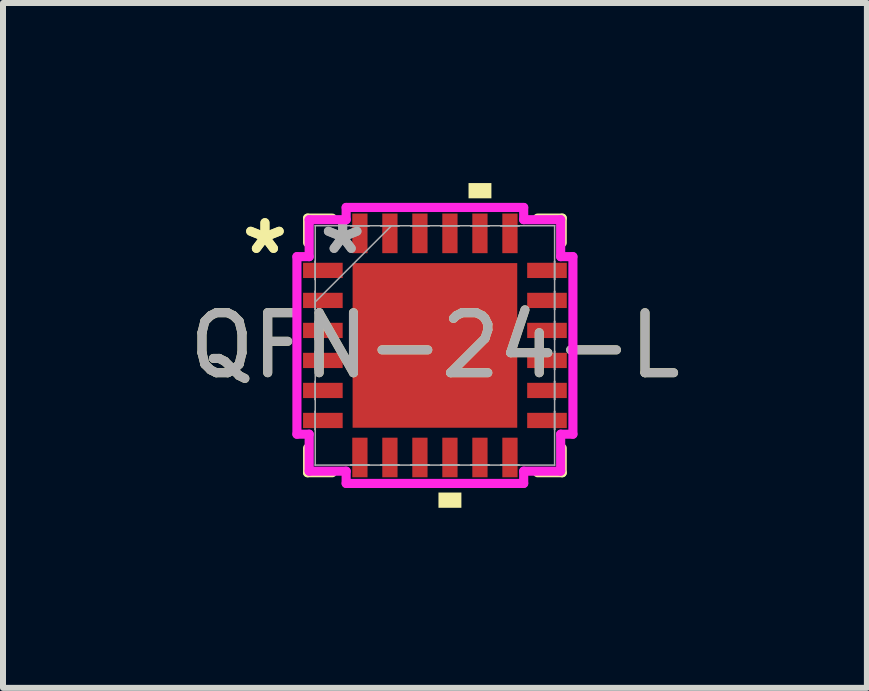
<source format=kicad_pcb>
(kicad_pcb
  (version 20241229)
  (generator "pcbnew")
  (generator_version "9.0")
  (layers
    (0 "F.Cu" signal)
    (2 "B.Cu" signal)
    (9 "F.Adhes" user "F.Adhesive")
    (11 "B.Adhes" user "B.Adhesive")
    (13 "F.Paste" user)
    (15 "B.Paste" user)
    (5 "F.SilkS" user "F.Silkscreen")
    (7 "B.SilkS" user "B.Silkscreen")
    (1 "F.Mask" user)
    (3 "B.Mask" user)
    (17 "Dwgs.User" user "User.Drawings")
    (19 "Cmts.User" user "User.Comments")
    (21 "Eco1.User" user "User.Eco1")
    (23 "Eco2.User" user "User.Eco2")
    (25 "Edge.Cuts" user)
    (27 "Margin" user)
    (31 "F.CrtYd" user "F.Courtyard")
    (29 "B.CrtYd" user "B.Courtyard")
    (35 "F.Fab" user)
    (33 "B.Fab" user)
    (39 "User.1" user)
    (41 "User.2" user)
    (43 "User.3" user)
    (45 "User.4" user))
  (footprint "QFN-24-L"
    (layer "F.Cu")
    (at 4.196 2.705)
    (property "Reference" "QFN-24-L" (at 0 0 0) (unlocked yes) (layer "F.SilkS") (effects (font (size 1 1) (thickness 0.15))))
    (attr smd)
    (fp_line (start -2.121 -2.121) (end -2.121 -1.71) (stroke (width 0.152) (type solid)) (layer "F.SilkS"))
    (fp_line (start -2.121 1.71) (end -2.121 2.121) (stroke (width 0.152) (type solid)) (layer "F.SilkS"))
    (fp_line (start -2.121 2.121) (end -1.71 2.121) (stroke (width 0.152) (type solid)) (layer "F.SilkS"))
    (fp_line (start -1.71 -2.121) (end -2.121 -2.121) (stroke (width 0.152) (type solid)) (layer "F.SilkS"))
    (fp_line (start 1.71 2.121) (end 2.121 2.121) (stroke (width 0.152) (type solid)) (layer "F.SilkS"))
    (fp_line (start 2.121 -2.121) (end 1.71 -2.121) (stroke (width 0.152) (type solid)) (layer "F.SilkS"))
    (fp_line (start 2.121 -1.71) (end 2.121 -2.121) (stroke (width 0.152) (type solid)) (layer "F.SilkS"))
    (fp_line (start 2.121 2.121) (end 2.121 1.71) (stroke (width 0.152) (type solid)) (layer "F.SilkS"))
    (fp_poly (pts (xy 0.059 2.451) (xy 0.059 2.705) (xy 0.441 2.705) (xy 0.441 2.451)) (stroke (width 0) (type solid)) (fill yes) (layer "F.SilkS"))
    (fp_poly (pts (xy 0.56 -2.451) (xy 0.56 -2.705) (xy 0.941 -2.705) (xy 0.941 -2.451)) (stroke (width 0) (type solid)) (fill yes) (layer "F.SilkS"))
    (fp_poly (pts (xy -1.272 -1.272) (xy -1.272 -0.1) (xy -0.1 -0.1) (xy -0.1 -1.272)) (stroke (width 0) (type solid)) (fill yes) (layer "F.Paste"))
    (fp_poly (pts (xy -1.272 0.1) (xy -1.272 1.272) (xy -0.1 1.272) (xy -0.1 0.1)) (stroke (width 0) (type solid)) (fill yes) (layer "F.Paste"))
    (fp_poly (pts (xy 0.1 -1.272) (xy 0.1 -0.1) (xy 1.272 -0.1) (xy 1.272 -1.272)) (stroke (width 0) (type solid)) (fill yes) (layer "F.Paste"))
    (fp_poly (pts (xy 0.1 0.1) (xy 0.1 1.272) (xy 1.272 1.272) (xy 1.272 0.1)) (stroke (width 0) (type solid)) (fill yes) (layer "F.Paste"))
    (fp_line (start -2.299 -1.479) (end -2.095 -1.479) (stroke (width 0.152) (type solid)) (layer "F.CrtYd"))
    (fp_line (start -2.299 1.479) (end -2.299 -1.479) (stroke (width 0.152) (type solid)) (layer "F.CrtYd"))
    (fp_line (start -2.095 -2.095) (end -1.479 -2.095) (stroke (width 0.152) (type solid)) (layer "F.CrtYd"))
    (fp_line (start -2.095 -1.479) (end -2.095 -2.095) (stroke (width 0.152) (type solid)) (layer "F.CrtYd"))
    (fp_line (start -2.095 1.479) (end -2.299 1.479) (stroke (width 0.152) (type solid)) (layer "F.CrtYd"))
    (fp_line (start -2.095 2.095) (end -2.095 1.479) (stroke (width 0.152) (type solid)) (layer "F.CrtYd"))
    (fp_line (start -1.479 -2.299) (end 1.479 -2.299) (stroke (width 0.152) (type solid)) (layer "F.CrtYd"))
    (fp_line (start -1.479 -2.095) (end -1.479 -2.299) (stroke (width 0.152) (type solid)) (layer "F.CrtYd"))
    (fp_line (start -1.479 2.095) (end -2.095 2.095) (stroke (width 0.152) (type solid)) (layer "F.CrtYd"))
    (fp_line (start -1.479 2.299) (end -1.479 2.095) (stroke (width 0.152) (type solid)) (layer "F.CrtYd"))
    (fp_line (start 1.479 -2.299) (end 1.479 -2.095) (stroke (width 0.152) (type solid)) (layer "F.CrtYd"))
    (fp_line (start 1.479 -2.095) (end 2.095 -2.095) (stroke (width 0.152) (type solid)) (layer "F.CrtYd"))
    (fp_line (start 1.479 2.095) (end 1.479 2.299) (stroke (width 0.152) (type solid)) (layer "F.CrtYd"))
    (fp_line (start 1.479 2.299) (end -1.479 2.299) (stroke (width 0.152) (type solid)) (layer "F.CrtYd"))
    (fp_line (start 2.095 -2.095) (end 2.095 -1.479) (stroke (width 0.152) (type solid)) (layer "F.CrtYd"))
    (fp_line (start 2.095 -1.479) (end 2.299 -1.479) (stroke (width 0.152) (type solid)) (layer "F.CrtYd"))
    (fp_line (start 2.095 1.479) (end 2.095 2.095) (stroke (width 0.152) (type solid)) (layer "F.CrtYd"))
    (fp_line (start 2.095 2.095) (end 1.479 2.095) (stroke (width 0.152) (type solid)) (layer "F.CrtYd"))
    (fp_line (start 2.299 -1.479) (end 2.299 1.479) (stroke (width 0.152) (type solid)) (layer "F.CrtYd"))
    (fp_line (start 2.299 1.479) (end 2.095 1.479) (stroke (width 0.152) (type solid)) (layer "F.CrtYd"))
    (fp_line (start -1.994 -1.994) (end -1.994 -1.994) (stroke (width 0.025) (type solid)) (layer "F.Fab"))
    (fp_line (start -1.994 -1.994) (end -1.994 1.994) (stroke (width 0.025) (type solid)) (layer "F.Fab"))
    (fp_line (start -1.994 -1.402) (end -1.994 -1.402) (stroke (width 0.025) (type solid)) (layer "F.Fab"))
    (fp_line (start -1.994 -1.402) (end -1.994 -1.098) (stroke (width 0.025) (type solid)) (layer "F.Fab"))
    (fp_line (start -1.994 -1.098) (end -1.994 -1.402) (stroke (width 0.025) (type solid)) (layer "F.Fab"))
    (fp_line (start -1.994 -1.098) (end -1.994 -1.098) (stroke (width 0.025) (type solid)) (layer "F.Fab"))
    (fp_line (start -1.994 -0.902) (end -1.994 -0.902) (stroke (width 0.025) (type solid)) (layer "F.Fab"))
    (fp_line (start -1.994 -0.902) (end -1.994 -0.598) (stroke (width 0.025) (type solid)) (layer "F.Fab"))
    (fp_line (start -1.994 -0.724) (end -0.724 -1.994) (stroke (width 0.025) (type solid)) (layer "F.Fab"))
    (fp_line (start -1.994 -0.598) (end -1.994 -0.902) (stroke (width 0.025) (type solid)) (layer "F.Fab"))
    (fp_line (start -1.994 -0.598) (end -1.994 -0.598) (stroke (width 0.025) (type solid)) (layer "F.Fab"))
    (fp_line (start -1.994 -0.402) (end -1.994 -0.402) (stroke (width 0.025) (type solid)) (layer "F.Fab"))
    (fp_line (start -1.994 -0.402) (end -1.994 -0.098) (stroke (width 0.025) (type solid)) (layer "F.Fab"))
    (fp_line (start -1.994 -0.098) (end -1.994 -0.402) (stroke (width 0.025) (type solid)) (layer "F.Fab"))
    (fp_line (start -1.994 -0.098) (end -1.994 -0.098) (stroke (width 0.025) (type solid)) (layer "F.Fab"))
    (fp_line (start -1.994 0.098) (end -1.994 0.098) (stroke (width 0.025) (type solid)) (layer "F.Fab"))
    (fp_line (start -1.994 0.098) (end -1.994 0.402) (stroke (width 0.025) (type solid)) (layer "F.Fab"))
    (fp_line (start -1.994 0.402) (end -1.994 0.098) (stroke (width 0.025) (type solid)) (layer "F.Fab"))
    (fp_line (start -1.994 0.402) (end -1.994 0.402) (stroke (width 0.025) (type solid)) (layer "F.Fab"))
    (fp_line (start -1.994 0.598) (end -1.994 0.598) (stroke (width 0.025) (type solid)) (layer "F.Fab"))
    (fp_line (start -1.994 0.598) (end -1.994 0.902) (stroke (width 0.025) (type solid)) (layer "F.Fab"))
    (fp_line (start -1.994 0.902) (end -1.994 0.598) (stroke (width 0.025) (type solid)) (layer "F.Fab"))
    (fp_line (start -1.994 0.902) (end -1.994 0.902) (stroke (width 0.025) (type solid)) (layer "F.Fab"))
    (fp_line (start -1.994 1.098) (end -1.994 1.098) (stroke (width 0.025) (type solid)) (layer "F.Fab"))
    (fp_line (start -1.994 1.098) (end -1.994 1.402) (stroke (width 0.025) (type solid)) (layer "F.Fab"))
    (fp_line (start -1.994 1.402) (end -1.994 1.098) (stroke (width 0.025) (type solid)) (layer "F.Fab"))
    (fp_line (start -1.994 1.402) (end -1.994 1.402) (stroke (width 0.025) (type solid)) (layer "F.Fab"))
    (fp_line (start -1.994 1.994) (end -1.994 1.994) (stroke (width 0.025) (type solid)) (layer "F.Fab"))
    (fp_line (start -1.994 1.994) (end 1.994 1.994) (stroke (width 0.025) (type solid)) (layer "F.Fab"))
    (fp_line (start -1.402 -1.994) (end -1.402 -1.994) (stroke (width 0.025) (type solid)) (layer "F.Fab"))
    (fp_line (start -1.402 -1.994) (end -1.098 -1.994) (stroke (width 0.025) (type solid)) (layer "F.Fab"))
    (fp_line (start -1.402 1.994) (end -1.402 1.994) (stroke (width 0.025) (type solid)) (layer "F.Fab"))
    (fp_line (start -1.402 1.994) (end -1.098 1.994) (stroke (width 0.025) (type solid)) (layer "F.Fab"))
    (fp_line (start -1.098 -1.994) (end -1.402 -1.994) (stroke (width 0.025) (type solid)) (layer "F.Fab"))
    (fp_line (start -1.098 -1.994) (end -1.098 -1.994) (stroke (width 0.025) (type solid)) (layer "F.Fab"))
    (fp_line (start -1.098 1.994) (end -1.402 1.994) (stroke (width 0.025) (type solid)) (layer "F.Fab"))
    (fp_line (start -1.098 1.994) (end -1.098 1.994) (stroke (width 0.025) (type solid)) (layer "F.Fab"))
    (fp_line (start -0.902 -1.994) (end -0.902 -1.994) (stroke (width 0.025) (type solid)) (layer "F.Fab"))
    (fp_line (start -0.902 -1.994) (end -0.598 -1.994) (stroke (width 0.025) (type solid)) (layer "F.Fab"))
    (fp_line (start -0.902 1.994) (end -0.902 1.994) (stroke (width 0.025) (type solid)) (layer "F.Fab"))
    (fp_line (start -0.902 1.994) (end -0.598 1.994) (stroke (width 0.025) (type solid)) (layer "F.Fab"))
    (fp_line (start -0.598 -1.994) (end -0.902 -1.994) (stroke (width 0.025) (type solid)) (layer "F.Fab"))
    (fp_line (start -0.598 -1.994) (end -0.598 -1.994) (stroke (width 0.025) (type solid)) (layer "F.Fab"))
    (fp_line (start -0.598 1.994) (end -0.902 1.994) (stroke (width 0.025) (type solid)) (layer "F.Fab"))
    (fp_line (start -0.598 1.994) (end -0.598 1.994) (stroke (width 0.025) (type solid)) (layer "F.Fab"))
    (fp_line (start -0.402 -1.994) (end -0.402 -1.994) (stroke (width 0.025) (type solid)) (layer "F.Fab"))
    (fp_line (start -0.402 -1.994) (end -0.098 -1.994) (stroke (width 0.025) (type solid)) (layer "F.Fab"))
    (fp_line (start -0.402 1.994) (end -0.402 1.994) (stroke (width 0.025) (type solid)) (layer "F.Fab"))
    (fp_line (start -0.402 1.994) (end -0.098 1.994) (stroke (width 0.025) (type solid)) (layer "F.Fab"))
    (fp_line (start -0.098 -1.994) (end -0.402 -1.994) (stroke (width 0.025) (type solid)) (layer "F.Fab"))
    (fp_line (start -0.098 -1.994) (end -0.098 -1.994) (stroke (width 0.025) (type solid)) (layer "F.Fab"))
    (fp_line (start -0.098 1.994) (end -0.402 1.994) (stroke (width 0.025) (type solid)) (layer "F.Fab"))
    (fp_line (start -0.098 1.994) (end -0.098 1.994) (stroke (width 0.025) (type solid)) (layer "F.Fab"))
    (fp_line (start 0.098 -1.994) (end 0.098 -1.994) (stroke (width 0.025) (type solid)) (layer "F.Fab"))
    (fp_line (start 0.098 -1.994) (end 0.402 -1.994) (stroke (width 0.025) (type solid)) (layer "F.Fab"))
    (fp_line (start 0.098 1.994) (end 0.098 1.994) (stroke (width 0.025) (type solid)) (layer "F.Fab"))
    (fp_line (start 0.098 1.994) (end 0.402 1.994) (stroke (width 0.025) (type solid)) (layer "F.Fab"))
    (fp_line (start 0.402 -1.994) (end 0.098 -1.994) (stroke (width 0.025) (type solid)) (layer "F.Fab"))
    (fp_line (start 0.402 -1.994) (end 0.402 -1.994) (stroke (width 0.025) (type solid)) (layer "F.Fab"))
    (fp_line (start 0.402 1.994) (end 0.098 1.994) (stroke (width 0.025) (type solid)) (layer "F.Fab"))
    (fp_line (start 0.402 1.994) (end 0.402 1.994) (stroke (width 0.025) (type solid)) (layer "F.Fab"))
    (fp_line (start 0.598 -1.994) (end 0.598 -1.994) (stroke (width 0.025) (type solid)) (layer "F.Fab"))
    (fp_line (start 0.598 -1.994) (end 0.902 -1.994) (stroke (width 0.025) (type solid)) (layer "F.Fab"))
    (fp_line (start 0.598 1.994) (end 0.598 1.994) (stroke (width 0.025) (type solid)) (layer "F.Fab"))
    (fp_line (start 0.598 1.994) (end 0.902 1.994) (stroke (width 0.025) (type solid)) (layer "F.Fab"))
    (fp_line (start 0.902 -1.994) (end 0.598 -1.994) (stroke (width 0.025) (type solid)) (layer "F.Fab"))
    (fp_line (start 0.902 -1.994) (end 0.902 -1.994) (stroke (width 0.025) (type solid)) (layer "F.Fab"))
    (fp_line (start 0.902 1.994) (end 0.598 1.994) (stroke (width 0.025) (type solid)) (layer "F.Fab"))
    (fp_line (start 0.902 1.994) (end 0.902 1.994) (stroke (width 0.025) (type solid)) (layer "F.Fab"))
    (fp_line (start 1.098 -1.994) (end 1.098 -1.994) (stroke (width 0.025) (type solid)) (layer "F.Fab"))
    (fp_line (start 1.098 -1.994) (end 1.402 -1.994) (stroke (width 0.025) (type solid)) (layer "F.Fab"))
    (fp_line (start 1.098 1.994) (end 1.098 1.994) (stroke (width 0.025) (type solid)) (layer "F.Fab"))
    (fp_line (start 1.098 1.994) (end 1.402 1.994) (stroke (width 0.025) (type solid)) (layer "F.Fab"))
    (fp_line (start 1.402 -1.994) (end 1.098 -1.994) (stroke (width 0.025) (type solid)) (layer "F.Fab"))
    (fp_line (start 1.402 -1.994) (end 1.402 -1.994) (stroke (width 0.025) (type solid)) (layer "F.Fab"))
    (fp_line (start 1.402 1.994) (end 1.098 1.994) (stroke (width 0.025) (type solid)) (layer "F.Fab"))
    (fp_line (start 1.402 1.994) (end 1.402 1.994) (stroke (width 0.025) (type solid)) (layer "F.Fab"))
    (fp_line (start 1.994 -1.994) (end -1.994 -1.994) (stroke (width 0.025) (type solid)) (layer "F.Fab"))
    (fp_line (start 1.994 -1.994) (end 1.994 -1.994) (stroke (width 0.025) (type solid)) (layer "F.Fab"))
    (fp_line (start 1.994 -1.402) (end 1.994 -1.402) (stroke (width 0.025) (type solid)) (layer "F.Fab"))
    (fp_line (start 1.994 -1.402) (end 1.994 -1.098) (stroke (width 0.025) (type solid)) (layer "F.Fab"))
    (fp_line (start 1.994 -1.098) (end 1.994 -1.402) (stroke (width 0.025) (type solid)) (layer "F.Fab"))
    (fp_line (start 1.994 -1.098) (end 1.994 -1.098) (stroke (width 0.025) (type solid)) (layer "F.Fab"))
    (fp_line (start 1.994 -0.902) (end 1.994 -0.902) (stroke (width 0.025) (type solid)) (layer "F.Fab"))
    (fp_line (start 1.994 -0.902) (end 1.994 -0.598) (stroke (width 0.025) (type solid)) (layer "F.Fab"))
    (fp_line (start 1.994 -0.598) (end 1.994 -0.902) (stroke (width 0.025) (type solid)) (layer "F.Fab"))
    (fp_line (start 1.994 -0.598) (end 1.994 -0.598) (stroke (width 0.025) (type solid)) (layer "F.Fab"))
    (fp_line (start 1.994 -0.402) (end 1.994 -0.402) (stroke (width 0.025) (type solid)) (layer "F.Fab"))
    (fp_line (start 1.994 -0.402) (end 1.994 -0.098) (stroke (width 0.025) (type solid)) (layer "F.Fab"))
    (fp_line (start 1.994 -0.098) (end 1.994 -0.402) (stroke (width 0.025) (type solid)) (layer "F.Fab"))
    (fp_line (start 1.994 -0.098) (end 1.994 -0.098) (stroke (width 0.025) (type solid)) (layer "F.Fab"))
    (fp_line (start 1.994 0.098) (end 1.994 0.098) (stroke (width 0.025) (type solid)) (layer "F.Fab"))
    (fp_line (start 1.994 0.098) (end 1.994 0.402) (stroke (width 0.025) (type solid)) (layer "F.Fab"))
    (fp_line (start 1.994 0.402) (end 1.994 0.098) (stroke (width 0.025) (type solid)) (layer "F.Fab"))
    (fp_line (start 1.994 0.402) (end 1.994 0.402) (stroke (width 0.025) (type solid)) (layer "F.Fab"))
    (fp_line (start 1.994 0.598) (end 1.994 0.598) (stroke (width 0.025) (type solid)) (layer "F.Fab"))
    (fp_line (start 1.994 0.598) (end 1.994 0.902) (stroke (width 0.025) (type solid)) (layer "F.Fab"))
    (fp_line (start 1.994 0.902) (end 1.994 0.598) (stroke (width 0.025) (type solid)) (layer "F.Fab"))
    (fp_line (start 1.994 0.902) (end 1.994 0.902) (stroke (width 0.025) (type solid)) (layer "F.Fab"))
    (fp_line (start 1.994 1.098) (end 1.994 1.098) (stroke (width 0.025) (type solid)) (layer "F.Fab"))
    (fp_line (start 1.994 1.098) (end 1.994 1.402) (stroke (width 0.025) (type solid)) (layer "F.Fab"))
    (fp_line (start 1.994 1.402) (end 1.994 1.098) (stroke (width 0.025) (type solid)) (layer "F.Fab"))
    (fp_line (start 1.994 1.402) (end 1.994 1.402) (stroke (width 0.025) (type solid)) (layer "F.Fab"))
    (fp_line (start 1.994 1.994) (end 1.994 -1.994) (stroke (width 0.025) (type solid)) (layer "F.Fab"))
    (fp_line (start 1.994 1.994) (end 1.994 1.994) (stroke (width 0.025) (type solid)) (layer "F.Fab"))
    (fp_text user "*" (at -2.832 -1.5 0) (layer "F.SilkS") (effects (font (size 1 1) (thickness 0.15))))
    (fp_text user "*" (at -2.832 -1.5 0) (unlocked yes) (layer "F.SilkS") (effects (font (size 1 1) (thickness 0.15))))
    (fp_text user "*" (at -1.537 -1.5 0) (unlocked yes) (layer "F.Fab") (effects (font (size 1 1) (thickness 0.15))))
    (fp_text user "*" (at -1.537 -1.5 0) (layer "F.Fab") (effects (font (size 1 1) (thickness 0.15))))
    (fp_text user "${REFERENCE}" (at 0 0 0) (unlocked yes) (layer "F.Fab") (effects (font (size 1 1) (thickness 0.15))))
    (pad "1" smd rect (at -1.867 -1.25 90) (size 0.254 0.66) (layers "F.Cu" "F.Mask" "F.Paste"))
    (pad "2" smd rect (at -1.867 -0.75 90) (size 0.254 0.66) (layers "F.Cu" "F.Mask" "F.Paste"))
    (pad "3" smd rect (at -1.867 -0.25 90) (size 0.254 0.66) (layers "F.Cu" "F.Mask" "F.Paste"))
    (pad "4" smd rect (at -1.867 0.25 90) (size 0.254 0.66) (layers "F.Cu" "F.Mask" "F.Paste"))
    (pad "5" smd rect (at -1.867 0.75 90) (size 0.254 0.66) (layers "F.Cu" "F.Mask" "F.Paste"))
    (pad "6" smd rect (at -1.867 1.25 90) (size 0.254 0.66) (layers "F.Cu" "F.Mask" "F.Paste"))
    (pad "7" smd rect (at -1.25 1.867) (size 0.254 0.66) (layers "F.Cu" "F.Mask" "F.Paste"))
    (pad "8" smd rect (at -0.75 1.867) (size 0.254 0.66) (layers "F.Cu" "F.Mask" "F.Paste"))
    (pad "9" smd rect (at -0.25 1.867) (size 0.254 0.66) (layers "F.Cu" "F.Mask" "F.Paste"))
    (pad "10" smd rect (at 0.25 1.867) (size 0.254 0.66) (layers "F.Cu" "F.Mask" "F.Paste"))
    (pad "11" smd rect (at 0.75 1.867) (size 0.254 0.66) (layers "F.Cu" "F.Mask" "F.Paste"))
    (pad "12" smd rect (at 1.25 1.867) (size 0.254 0.66) (layers "F.Cu" "F.Mask" "F.Paste"))
    (pad "13" smd rect (at 1.867 1.25 90) (size 0.254 0.66) (layers "F.Cu" "F.Mask" "F.Paste"))
    (pad "14" smd rect (at 1.867 0.75 90) (size 0.254 0.66) (layers "F.Cu" "F.Mask" "F.Paste"))
    (pad "15" smd rect (at 1.867 0.25 90) (size 0.254 0.66) (layers "F.Cu" "F.Mask" "F.Paste"))
    (pad "16" smd rect (at 1.867 -0.25 90) (size 0.254 0.66) (layers "F.Cu" "F.Mask" "F.Paste"))
    (pad "17" smd rect (at 1.867 -0.75 90) (size 0.254 0.66) (layers "F.Cu" "F.Mask" "F.Paste"))
    (pad "18" smd rect (at 1.867 -1.25 90) (size 0.254 0.66) (layers "F.Cu" "F.Mask" "F.Paste"))
    (pad "19" smd rect (at 1.25 -1.867) (size 0.254 0.66) (layers "F.Cu" "F.Mask" "F.Paste"))
    (pad "20" smd rect (at 0.75 -1.867) (size 0.254 0.66) (layers "F.Cu" "F.Mask" "F.Paste"))
    (pad "21" smd rect (at 0.25 -1.867) (size 0.254 0.66) (layers "F.Cu" "F.Mask" "F.Paste"))
    (pad "22" smd rect (at -0.25 -1.867) (size 0.254 0.66) (layers "F.Cu" "F.Mask" "F.Paste"))
    (pad "23" smd rect (at -0.75 -1.867) (size 0.254 0.66) (layers "F.Cu" "F.Mask" "F.Paste"))
    (pad "24" smd rect (at -1.25 -1.867) (size 0.254 0.66) (layers "F.Cu" "F.Mask" "F.Paste"))
    (pad "25" smd rect (at 0 0) (size 2.743 2.743) (layers "F.Cu" "F.Mask" "F.Paste")))
  (gr_rect
    (start -3 -3)
    (end 11.393 8.41)
    (stroke (width 0.1) (type default))
    (fill no)
    (layer "Edge.Cuts")))
</source>
